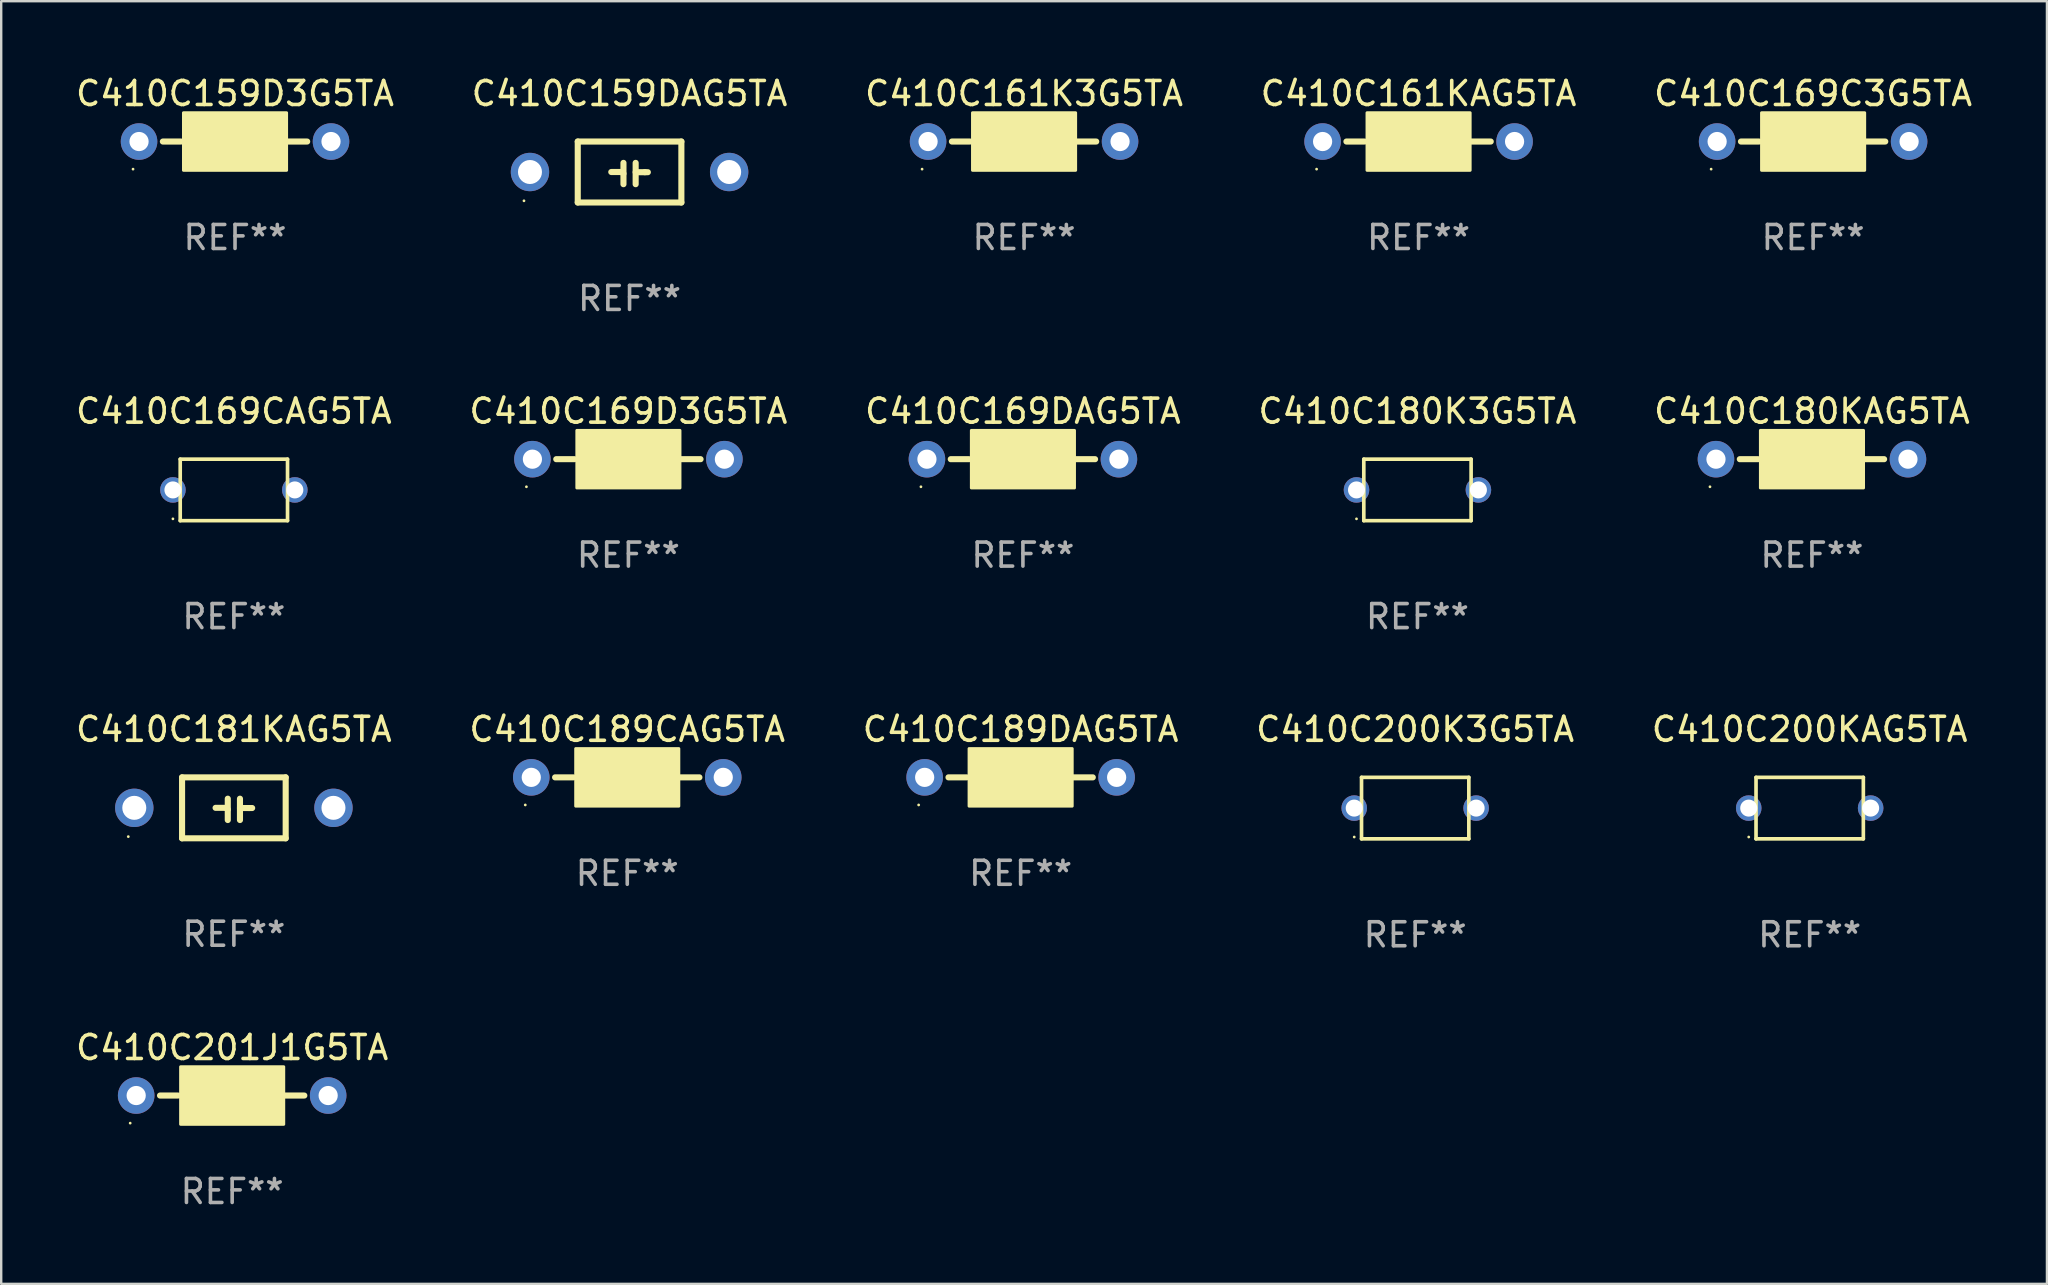
<source format=kicad_pcb>
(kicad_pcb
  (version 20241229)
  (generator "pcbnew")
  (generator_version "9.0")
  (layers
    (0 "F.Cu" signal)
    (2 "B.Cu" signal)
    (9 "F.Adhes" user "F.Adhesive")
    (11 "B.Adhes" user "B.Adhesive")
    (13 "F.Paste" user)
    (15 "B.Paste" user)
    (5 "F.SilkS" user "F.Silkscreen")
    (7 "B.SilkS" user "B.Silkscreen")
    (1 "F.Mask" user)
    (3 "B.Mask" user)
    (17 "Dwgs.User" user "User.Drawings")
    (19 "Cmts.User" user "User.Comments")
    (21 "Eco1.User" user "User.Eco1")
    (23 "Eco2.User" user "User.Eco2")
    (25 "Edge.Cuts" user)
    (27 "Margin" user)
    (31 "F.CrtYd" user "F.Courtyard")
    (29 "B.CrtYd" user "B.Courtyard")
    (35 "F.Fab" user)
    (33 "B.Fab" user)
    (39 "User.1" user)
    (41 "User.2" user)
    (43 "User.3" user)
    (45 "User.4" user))
  (footprint "C410C159D3G5TA"
    (layer "F.Cu")
    (at 6.744 2.848)
    (property "Reference" "C410C159D3G5TA" (at 0 -2 0) (layer "F.SilkS") (effects (font (size 1 1) (thickness 0.15))))
    (attr through_hole)
    (fp_line (start -2.25 0) (end -3.007 0) (stroke (width 0.254) (type solid)) (layer "F.SilkS"))
    (fp_line (start 2.2 0) (end 3.007 0) (stroke (width 0.254) (type solid)) (layer "F.SilkS"))
    (fp_circle (center -4.25 1.15) (end -4.22 1.15) (stroke (width 0.06) (type solid)) (fill no) (layer "F.SilkS"))
    (fp_poly (pts (xy -2.15 -1.2) (xy 2.15 -1.2) (xy 2.15 1.2) (xy -2.15 1.2)) (stroke (width 0.12) (type solid)) (fill yes) (layer "F.SilkS"))
    (fp_text user "REF**" (at 0 4 0) (layer "F.Fab") (effects (font (size 1 1) (thickness 0.15))))
    (pad "1" thru_hole circle (at -4 0) (size 1.524 1.524) (drill 0.8) (layers "*.Cu" "*.Mask"))
    (pad "2" thru_hole circle (at 4 0) (size 1.524 1.524) (drill 0.8) (layers "*.Cu" "*.Mask")))
  (footprint "C410C200KAG5TA"
    (layer "F.Cu")
    (at 72.363 30.625)
    (property "Reference" "C410C200KAG5TA" (at 0 -3.281 0) (layer "F.SilkS") (effects (font (size 1 1) (thickness 0.15))))
    (attr through_hole)
    (fp_line (start -2.236 -1.281) (end 2.236 -1.281) (stroke (width 0.152) (type solid)) (layer "F.SilkS"))
    (fp_line (start -2.236 1.281) (end -2.236 -1.281) (stroke (width 0.152) (type solid)) (layer "F.SilkS"))
    (fp_line (start 2.236 -1.281) (end 2.236 1.281) (stroke (width 0.152) (type solid)) (layer "F.SilkS"))
    (fp_line (start 2.236 1.281) (end -2.236 1.281) (stroke (width 0.152) (type solid)) (layer "F.SilkS"))
    (fp_circle (center -2.54 1.205) (end -2.51 1.205) (stroke (width 0.06) (type solid)) (fill no) (layer "F.SilkS"))
    (fp_text user "REF**" (at 0 5.281 0) (layer "F.Fab") (effects (font (size 1 1) (thickness 0.15))))
    (pad "1" thru_hole circle (at -2.54 0) (size 1.065 1.065) (drill 0.71) (layers "*.Cu" "*.Mask"))
    (pad "2" thru_hole circle (at 2.54 0) (size 1.065 1.065) (drill 0.71) (layers "*.Cu" "*.Mask")))
  (footprint "C410C201J1G5TA"
    (layer "F.Cu")
    (at 6.625 42.603)
    (property "Reference" "C410C201J1G5TA" (at 0 -2 0) (layer "F.SilkS") (effects (font (size 1 1) (thickness 0.15))))
    (attr through_hole)
    (fp_line (start -2.25 0) (end -3.007 0) (stroke (width 0.254) (type solid)) (layer "F.SilkS"))
    (fp_line (start 2.2 0) (end 3.007 0) (stroke (width 0.254) (type solid)) (layer "F.SilkS"))
    (fp_circle (center -4.25 1.15) (end -4.22 1.15) (stroke (width 0.06) (type solid)) (fill no) (layer "F.SilkS"))
    (fp_poly (pts (xy -2.15 -1.2) (xy 2.15 -1.2) (xy 2.15 1.2) (xy -2.15 1.2)) (stroke (width 0.12) (type solid)) (fill yes) (layer "F.SilkS"))
    (fp_text user "REF**" (at 0 4 0) (layer "F.Fab") (effects (font (size 1 1) (thickness 0.15))))
    (pad "1" thru_hole circle (at -4 0) (size 1.524 1.524) (drill 0.8) (layers "*.Cu" "*.Mask"))
    (pad "2" thru_hole circle (at 4 0) (size 1.524 1.524) (drill 0.8) (layers "*.Cu" "*.Mask")))
  (footprint "C410C200K3G5TA"
    (layer "F.Cu")
    (at 55.923 30.625)
    (property "Reference" "C410C200K3G5TA" (at 0 -3.281 0) (layer "F.SilkS") (effects (font (size 1 1) (thickness 0.15))))
    (attr through_hole)
    (fp_line (start -2.236 -1.281) (end 2.236 -1.281) (stroke (width 0.152) (type solid)) (layer "F.SilkS"))
    (fp_line (start -2.236 1.281) (end -2.236 -1.281) (stroke (width 0.152) (type solid)) (layer "F.SilkS"))
    (fp_line (start 2.236 -1.281) (end 2.236 1.281) (stroke (width 0.152) (type solid)) (layer "F.SilkS"))
    (fp_line (start 2.236 1.281) (end -2.236 1.281) (stroke (width 0.152) (type solid)) (layer "F.SilkS"))
    (fp_circle (center -2.54 1.205) (end -2.51 1.205) (stroke (width 0.06) (type solid)) (fill no) (layer "F.SilkS"))
    (fp_text user "REF**" (at 0 5.281 0) (layer "F.Fab") (effects (font (size 1 1) (thickness 0.15))))
    (pad "1" thru_hole circle (at -2.54 0) (size 1.065 1.065) (drill 0.71) (layers "*.Cu" "*.Mask"))
    (pad "2" thru_hole circle (at 2.54 0) (size 1.065 1.065) (drill 0.71) (layers "*.Cu" "*.Mask")))
  (footprint "C410C180K3G5TA"
    (layer "F.Cu")
    (at 56.018 17.366)
    (property "Reference" "C410C180K3G5TA" (at 0 -3.281 0) (layer "F.SilkS") (effects (font (size 1 1) (thickness 0.15))))
    (attr through_hole)
    (fp_line (start -2.236 -1.281) (end 2.236 -1.281) (stroke (width 0.152) (type solid)) (layer "F.SilkS"))
    (fp_line (start -2.236 1.281) (end -2.236 -1.281) (stroke (width 0.152) (type solid)) (layer "F.SilkS"))
    (fp_line (start 2.236 -1.281) (end 2.236 1.281) (stroke (width 0.152) (type solid)) (layer "F.SilkS"))
    (fp_line (start 2.236 1.281) (end -2.236 1.281) (stroke (width 0.152) (type solid)) (layer "F.SilkS"))
    (fp_circle (center -2.54 1.205) (end -2.51 1.205) (stroke (width 0.06) (type solid)) (fill no) (layer "F.SilkS"))
    (fp_text user "REF**" (at 0 5.281 0) (layer "F.Fab") (effects (font (size 1 1) (thickness 0.15))))
    (pad "1" thru_hole circle (at -2.54 0) (size 1.065 1.065) (drill 0.71) (layers "*.Cu" "*.Mask"))
    (pad "2" thru_hole circle (at 2.54 0) (size 1.065 1.065) (drill 0.71) (layers "*.Cu" "*.Mask")))
  (footprint "C410C181KAG5TA"
    (layer "F.Cu")
    (at 6.696 30.614)
    (property "Reference" "C410C181KAG5TA" (at 0 -3.27 0) (layer "F.SilkS") (effects (font (size 1 1) (thickness 0.15))))
    (attr through_hole)
    (fp_line (start -2.159 -1.27) (end -2.159 1.27) (stroke (width 0.254) (type solid)) (layer "F.SilkS"))
    (fp_line (start -2.159 1.27) (end 2.159 1.27) (stroke (width 0.254) (type solid)) (layer "F.SilkS"))
    (fp_line (start -0.762 0) (end -0.322 0) (stroke (width 0.254) (type solid)) (layer "F.SilkS"))
    (fp_line (start -0.322 0) (end -0.254 0.068) (stroke (width 0.254) (type solid)) (layer "F.SilkS"))
    (fp_line (start -0.254 -0.381) (end -0.254 0.508) (stroke (width 0.254) (type solid)) (layer "F.SilkS"))
    (fp_line (start 0.254 -0.381) (end 0.254 0.508) (stroke (width 0.254) (type solid)) (layer "F.SilkS"))
    (fp_line (start 0.254 0.008) (end 0.635 0.008) (stroke (width 0.254) (type solid)) (layer "F.SilkS"))
    (fp_line (start 0.635 0.008) (end 0.762 0.008) (stroke (width 0.254) (type solid)) (layer "F.SilkS"))
    (fp_line (start 2.159 -1.27) (end -2.159 -1.27) (stroke (width 0.254) (type solid)) (layer "F.SilkS"))
    (fp_line (start 2.159 1.27) (end 2.159 -1.27) (stroke (width 0.254) (type solid)) (layer "F.SilkS"))
    (fp_circle (center -4.4 1.2) (end -4.37 1.2) (stroke (width 0.06) (type solid)) (fill no) (layer "F.SilkS"))
    (fp_text user "REF**" (at 0 5.27 0) (layer "F.Fab") (effects (font (size 1 1) (thickness 0.15))))
    (pad "1" thru_hole circle (at -4.15 0) (size 1.6 1.6) (drill 1) (layers "*.Cu" "*.Mask"))
    (pad "2" thru_hole circle (at 4.15 0) (size 1.6 1.6) (drill 1) (layers "*.Cu" "*.Mask")))
  (footprint "C410C169D3G5TA"
    (layer "F.Cu")
    (at 23.137 16.085)
    (property "Reference" "C410C169D3G5TA" (at 0 -2 0) (layer "F.SilkS") (effects (font (size 1 1) (thickness 0.15))))
    (attr through_hole)
    (fp_line (start -2.25 0) (end -3.007 0) (stroke (width 0.254) (type solid)) (layer "F.SilkS"))
    (fp_line (start 2.2 0) (end 3.007 0) (stroke (width 0.254) (type solid)) (layer "F.SilkS"))
    (fp_circle (center -4.25 1.15) (end -4.22 1.15) (stroke (width 0.06) (type solid)) (fill no) (layer "F.SilkS"))
    (fp_poly (pts (xy -2.15 -1.2) (xy 2.15 -1.2) (xy 2.15 1.2) (xy -2.15 1.2)) (stroke (width 0.12) (type solid)) (fill yes) (layer "F.SilkS"))
    (fp_text user "REF**" (at 0 4 0) (layer "F.Fab") (effects (font (size 1 1) (thickness 0.15))))
    (pad "1" thru_hole circle (at -4 0) (size 1.524 1.524) (drill 0.8) (layers "*.Cu" "*.Mask"))
    (pad "2" thru_hole circle (at 4 0) (size 1.524 1.524) (drill 0.8) (layers "*.Cu" "*.Mask")))
  (footprint "C410C189CAG5TA"
    (layer "F.Cu")
    (at 23.089 29.344)
    (property "Reference" "C410C189CAG5TA" (at 0 -2 0) (layer "F.SilkS") (effects (font (size 1 1) (thickness 0.15))))
    (attr through_hole)
    (fp_line (start -2.25 0) (end -3.007 0) (stroke (width 0.254) (type solid)) (layer "F.SilkS"))
    (fp_line (start 2.2 0) (end 3.007 0) (stroke (width 0.254) (type solid)) (layer "F.SilkS"))
    (fp_circle (center -4.25 1.15) (end -4.22 1.15) (stroke (width 0.06) (type solid)) (fill no) (layer "F.SilkS"))
    (fp_poly (pts (xy -2.15 -1.2) (xy 2.15 -1.2) (xy 2.15 1.2) (xy -2.15 1.2)) (stroke (width 0.12) (type solid)) (fill yes) (layer "F.SilkS"))
    (fp_text user "REF**" (at 0 4 0) (layer "F.Fab") (effects (font (size 1 1) (thickness 0.15))))
    (pad "1" thru_hole circle (at -4 0) (size 1.524 1.524) (drill 0.8) (layers "*.Cu" "*.Mask"))
    (pad "2" thru_hole circle (at 4 0) (size 1.524 1.524) (drill 0.8) (layers "*.Cu" "*.Mask")))
  (footprint "C410C159DAG5TA"
    (layer "F.Cu")
    (at 23.185 4.118)
    (property "Reference" "C410C159DAG5TA" (at 0 -3.27 0) (layer "F.SilkS") (effects (font (size 1 1) (thickness 0.15))))
    (attr through_hole)
    (fp_line (start -2.159 -1.27) (end -2.159 1.27) (stroke (width 0.254) (type solid)) (layer "F.SilkS"))
    (fp_line (start -2.159 1.27) (end 2.159 1.27) (stroke (width 0.254) (type solid)) (layer "F.SilkS"))
    (fp_line (start -0.762 0) (end -0.322 0) (stroke (width 0.254) (type solid)) (layer "F.SilkS"))
    (fp_line (start -0.322 0) (end -0.254 0.068) (stroke (width 0.254) (type solid)) (layer "F.SilkS"))
    (fp_line (start -0.254 -0.381) (end -0.254 0.508) (stroke (width 0.254) (type solid)) (layer "F.SilkS"))
    (fp_line (start 0.254 -0.381) (end 0.254 0.508) (stroke (width 0.254) (type solid)) (layer "F.SilkS"))
    (fp_line (start 0.254 0.008) (end 0.635 0.008) (stroke (width 0.254) (type solid)) (layer "F.SilkS"))
    (fp_line (start 0.635 0.008) (end 0.762 0.008) (stroke (width 0.254) (type solid)) (layer "F.SilkS"))
    (fp_line (start 2.159 -1.27) (end -2.159 -1.27) (stroke (width 0.254) (type solid)) (layer "F.SilkS"))
    (fp_line (start 2.159 1.27) (end 2.159 -1.27) (stroke (width 0.254) (type solid)) (layer "F.SilkS"))
    (fp_circle (center -4.4 1.2) (end -4.37 1.2) (stroke (width 0.06) (type solid)) (fill no) (layer "F.SilkS"))
    (fp_text user "REF**" (at 0 5.27 0) (layer "F.Fab") (effects (font (size 1 1) (thickness 0.15))))
    (pad "1" thru_hole circle (at -4.15 0) (size 1.6 1.6) (drill 1) (layers "*.Cu" "*.Mask"))
    (pad "2" thru_hole circle (at 4.15 0) (size 1.6 1.6) (drill 1) (layers "*.Cu" "*.Mask")))
  (footprint "C410C169CAG5TA"
    (layer "F.Cu")
    (at 6.696 17.366)
    (property "Reference" "C410C169CAG5TA" (at 0 -3.281 0) (layer "F.SilkS") (effects (font (size 1 1) (thickness 0.15))))
    (attr through_hole)
    (fp_line (start -2.236 -1.281) (end 2.236 -1.281) (stroke (width 0.152) (type solid)) (layer "F.SilkS"))
    (fp_line (start -2.236 1.281) (end -2.236 -1.281) (stroke (width 0.152) (type solid)) (layer "F.SilkS"))
    (fp_line (start 2.236 -1.281) (end 2.236 1.281) (stroke (width 0.152) (type solid)) (layer "F.SilkS"))
    (fp_line (start 2.236 1.281) (end -2.236 1.281) (stroke (width 0.152) (type solid)) (layer "F.SilkS"))
    (fp_circle (center -2.54 1.205) (end -2.51 1.205) (stroke (width 0.06) (type solid)) (fill no) (layer "F.SilkS"))
    (fp_text user "REF**" (at 0 5.281 0) (layer "F.Fab") (effects (font (size 1 1) (thickness 0.15))))
    (pad "1" thru_hole circle (at -2.54 0) (size 1.065 1.065) (drill 0.71) (layers "*.Cu" "*.Mask"))
    (pad "2" thru_hole circle (at 2.54 0) (size 1.065 1.065) (drill 0.71) (layers "*.Cu" "*.Mask")))
  (footprint "C410C180KAG5TA"
    (layer "F.Cu")
    (at 72.458 16.085)
    (property "Reference" "C410C180KAG5TA" (at 0 -2 0) (layer "F.SilkS") (effects (font (size 1 1) (thickness 0.15))))
    (attr through_hole)
    (fp_line (start -2.25 0) (end -3.007 0) (stroke (width 0.254) (type solid)) (layer "F.SilkS"))
    (fp_line (start 2.2 0) (end 3.007 0) (stroke (width 0.254) (type solid)) (layer "F.SilkS"))
    (fp_circle (center -4.25 1.15) (end -4.22 1.15) (stroke (width 0.06) (type solid)) (fill no) (layer "F.SilkS"))
    (fp_poly (pts (xy -2.15 -1.2) (xy 2.15 -1.2) (xy 2.15 1.2) (xy -2.15 1.2)) (stroke (width 0.12) (type solid)) (fill yes) (layer "F.SilkS"))
    (fp_text user "REF**" (at 0 4 0) (layer "F.Fab") (effects (font (size 1 1) (thickness 0.15))))
    (pad "1" thru_hole circle (at -4 0) (size 1.524 1.524) (drill 0.8) (layers "*.Cu" "*.Mask"))
    (pad "2" thru_hole circle (at 4 0) (size 1.524 1.524) (drill 0.8) (layers "*.Cu" "*.Mask")))
  (footprint "C410C189DAG5TA"
    (layer "F.Cu")
    (at 39.482 29.344)
    (property "Reference" "C410C189DAG5TA" (at 0 -2 0) (layer "F.SilkS") (effects (font (size 1 1) (thickness 0.15))))
    (attr through_hole)
    (fp_line (start -2.25 0) (end -3.007 0) (stroke (width 0.254) (type solid)) (layer "F.SilkS"))
    (fp_line (start 2.2 0) (end 3.007 0) (stroke (width 0.254) (type solid)) (layer "F.SilkS"))
    (fp_circle (center -4.25 1.15) (end -4.22 1.15) (stroke (width 0.06) (type solid)) (fill no) (layer "F.SilkS"))
    (fp_poly (pts (xy -2.15 -1.2) (xy 2.15 -1.2) (xy 2.15 1.2) (xy -2.15 1.2)) (stroke (width 0.12) (type solid)) (fill yes) (layer "F.SilkS"))
    (fp_text user "REF**" (at 0 4 0) (layer "F.Fab") (effects (font (size 1 1) (thickness 0.15))))
    (pad "1" thru_hole circle (at -4 0) (size 1.524 1.524) (drill 0.8) (layers "*.Cu" "*.Mask"))
    (pad "2" thru_hole circle (at 4 0) (size 1.524 1.524) (drill 0.8) (layers "*.Cu" "*.Mask")))
  (footprint "C410C161KAG5TA"
    (layer "F.Cu")
    (at 56.065 2.848)
    (property "Reference" "C410C161KAG5TA" (at 0 -2 0) (layer "F.SilkS") (effects (font (size 1 1) (thickness 0.15))))
    (attr through_hole)
    (fp_line (start -2.25 0) (end -3.007 0) (stroke (width 0.254) (type solid)) (layer "F.SilkS"))
    (fp_line (start 2.2 0) (end 3.007 0) (stroke (width 0.254) (type solid)) (layer "F.SilkS"))
    (fp_circle (center -4.25 1.15) (end -4.22 1.15) (stroke (width 0.06) (type solid)) (fill no) (layer "F.SilkS"))
    (fp_poly (pts (xy -2.15 -1.2) (xy 2.15 -1.2) (xy 2.15 1.2) (xy -2.15 1.2)) (stroke (width 0.12) (type solid)) (fill yes) (layer "F.SilkS"))
    (fp_text user "REF**" (at 0 4 0) (layer "F.Fab") (effects (font (size 1 1) (thickness 0.15))))
    (pad "1" thru_hole circle (at -4 0) (size 1.524 1.524) (drill 0.8) (layers "*.Cu" "*.Mask"))
    (pad "2" thru_hole circle (at 4 0) (size 1.524 1.524) (drill 0.8) (layers "*.Cu" "*.Mask")))
  (footprint "C410C169DAG5TA"
    (layer "F.Cu")
    (at 39.577 16.085)
    (property "Reference" "C410C169DAG5TA" (at 0 -2 0) (layer "F.SilkS") (effects (font (size 1 1) (thickness 0.15))))
    (attr through_hole)
    (fp_line (start -2.25 0) (end -3.007 0) (stroke (width 0.254) (type solid)) (layer "F.SilkS"))
    (fp_line (start 2.2 0) (end 3.007 0) (stroke (width 0.254) (type solid)) (layer "F.SilkS"))
    (fp_circle (center -4.25 1.15) (end -4.22 1.15) (stroke (width 0.06) (type solid)) (fill no) (layer "F.SilkS"))
    (fp_poly (pts (xy -2.15 -1.2) (xy 2.15 -1.2) (xy 2.15 1.2) (xy -2.15 1.2)) (stroke (width 0.12) (type solid)) (fill yes) (layer "F.SilkS"))
    (fp_text user "REF**" (at 0 4 0) (layer "F.Fab") (effects (font (size 1 1) (thickness 0.15))))
    (pad "1" thru_hole circle (at -4 0) (size 1.524 1.524) (drill 0.8) (layers "*.Cu" "*.Mask"))
    (pad "2" thru_hole circle (at 4 0) (size 1.524 1.524) (drill 0.8) (layers "*.Cu" "*.Mask")))
  (footprint "C410C169C3G5TA"
    (layer "F.Cu")
    (at 72.506 2.848)
    (property "Reference" "C410C169C3G5TA" (at 0 -2 0) (layer "F.SilkS") (effects (font (size 1 1) (thickness 0.15))))
    (attr through_hole)
    (fp_line (start -2.25 0) (end -3.007 0) (stroke (width 0.254) (type solid)) (layer "F.SilkS"))
    (fp_line (start 2.2 0) (end 3.007 0) (stroke (width 0.254) (type solid)) (layer "F.SilkS"))
    (fp_circle (center -4.25 1.15) (end -4.22 1.15) (stroke (width 0.06) (type solid)) (fill no) (layer "F.SilkS"))
    (fp_poly (pts (xy -2.15 -1.2) (xy 2.15 -1.2) (xy 2.15 1.2) (xy -2.15 1.2)) (stroke (width 0.12) (type solid)) (fill yes) (layer "F.SilkS"))
    (fp_text user "REF**" (at 0 4 0) (layer "F.Fab") (effects (font (size 1 1) (thickness 0.15))))
    (pad "1" thru_hole circle (at -4 0) (size 1.524 1.524) (drill 0.8) (layers "*.Cu" "*.Mask"))
    (pad "2" thru_hole circle (at 4 0) (size 1.524 1.524) (drill 0.8) (layers "*.Cu" "*.Mask")))
  (footprint "C410C161K3G5TA"
    (layer "F.Cu")
    (at 39.625 2.848)
    (property "Reference" "C410C161K3G5TA" (at 0 -2 0) (layer "F.SilkS") (effects (font (size 1 1) (thickness 0.15))))
    (attr through_hole)
    (fp_line (start -2.25 0) (end -3.007 0) (stroke (width 0.254) (type solid)) (layer "F.SilkS"))
    (fp_line (start 2.2 0) (end 3.007 0) (stroke (width 0.254) (type solid)) (layer "F.SilkS"))
    (fp_circle (center -4.25 1.15) (end -4.22 1.15) (stroke (width 0.06) (type solid)) (fill no) (layer "F.SilkS"))
    (fp_poly (pts (xy -2.15 -1.2) (xy 2.15 -1.2) (xy 2.15 1.2) (xy -2.15 1.2)) (stroke (width 0.12) (type solid)) (fill yes) (layer "F.SilkS"))
    (fp_text user "REF**" (at 0 4 0) (layer "F.Fab") (effects (font (size 1 1) (thickness 0.15))))
    (pad "1" thru_hole circle (at -4 0) (size 1.524 1.524) (drill 0.8) (layers "*.Cu" "*.Mask"))
    (pad "2" thru_hole circle (at 4 0) (size 1.524 1.524) (drill 0.8) (layers "*.Cu" "*.Mask")))
  (gr_rect
    (start -3 -3)
    (end 82.25 50.451)
    (stroke (width 0.1) (type default))
    (fill no)
    (layer "Edge.Cuts")))
</source>
